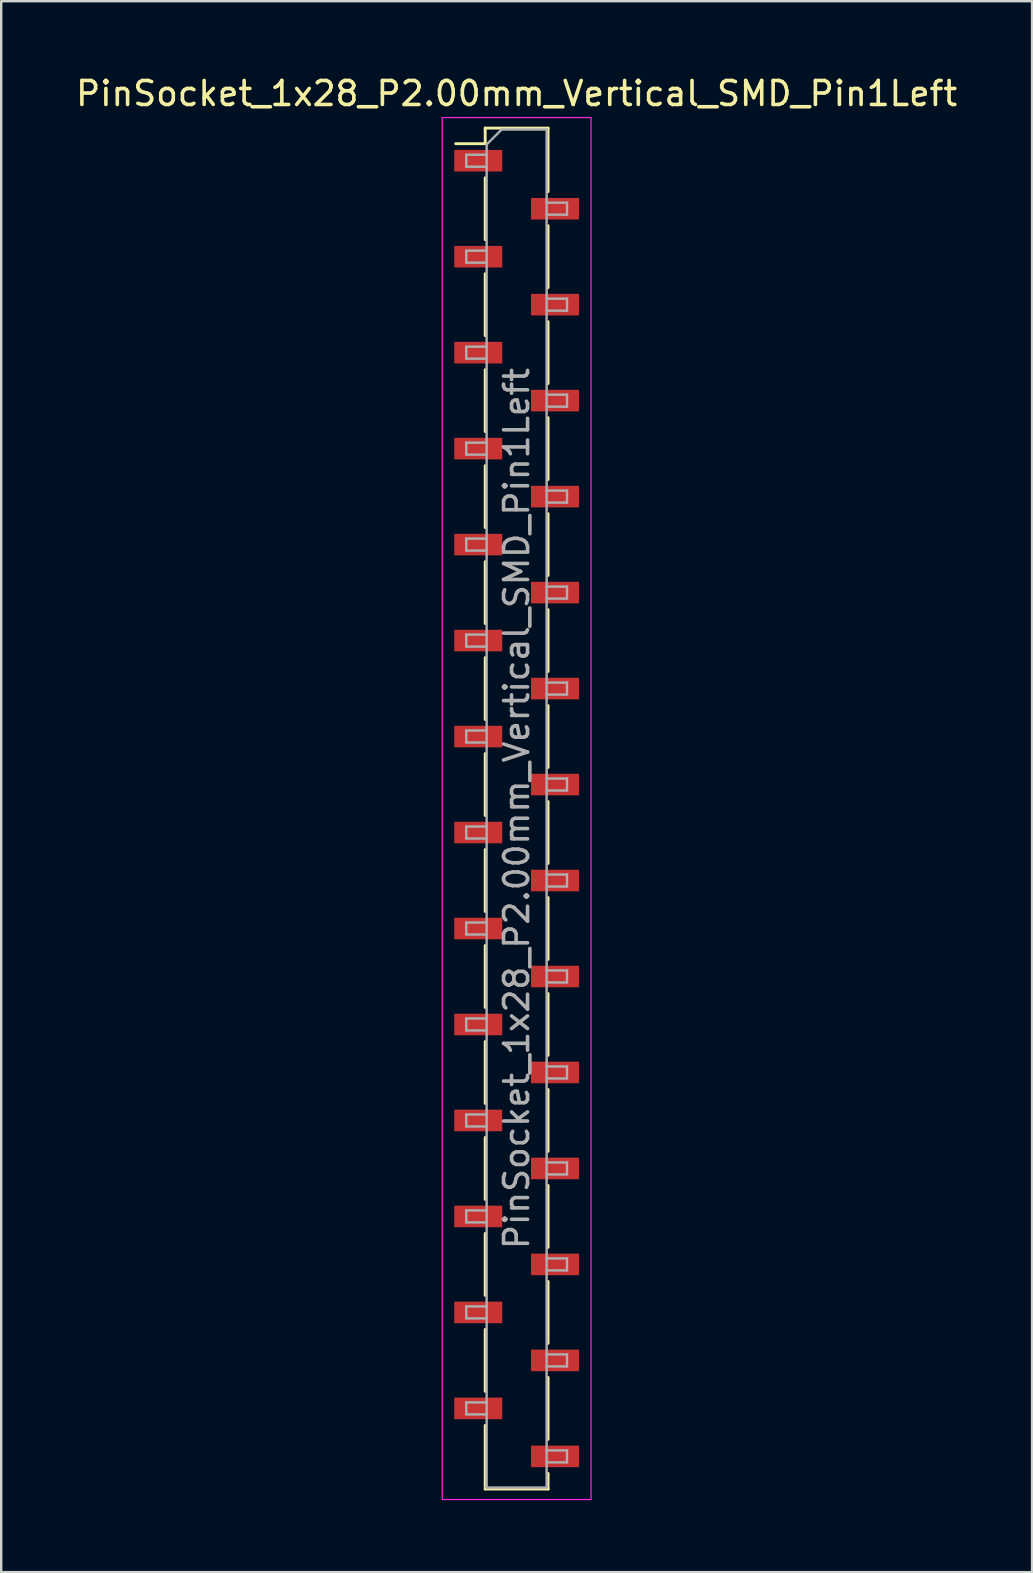
<source format=kicad_pcb>
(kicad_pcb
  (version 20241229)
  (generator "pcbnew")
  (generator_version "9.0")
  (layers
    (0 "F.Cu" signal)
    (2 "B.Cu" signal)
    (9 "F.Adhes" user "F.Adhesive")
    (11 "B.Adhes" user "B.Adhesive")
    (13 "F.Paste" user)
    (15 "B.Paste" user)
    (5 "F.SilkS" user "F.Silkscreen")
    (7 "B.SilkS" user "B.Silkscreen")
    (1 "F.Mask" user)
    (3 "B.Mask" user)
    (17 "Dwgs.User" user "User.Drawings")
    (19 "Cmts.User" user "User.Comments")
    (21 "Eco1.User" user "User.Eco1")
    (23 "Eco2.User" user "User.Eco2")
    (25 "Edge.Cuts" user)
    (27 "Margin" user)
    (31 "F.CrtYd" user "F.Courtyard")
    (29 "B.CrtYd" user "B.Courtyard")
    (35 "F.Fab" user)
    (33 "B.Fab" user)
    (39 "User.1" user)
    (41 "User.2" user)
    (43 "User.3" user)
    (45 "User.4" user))
  (footprint "PinSocket_1x28_P2.00mm_Vertical_SMD_Pin1Left"
    (layer "F.Cu")
    (at 18.482 30.648)
    (property "Reference" "PinSocket_1x28_P2.00mm_Vertical_SMD_Pin1Left" (at 0 -29.8 0) (layer "F.SilkS") (effects (font (size 1 1) (thickness 0.15))))
    (attr smd)
    (fp_line (start -2.54 -27.71) (end -1.31 -27.71) (stroke (width 0.12) (type solid)) (layer "F.SilkS"))
    (fp_line (start -1.31 -28.36) (end -1.31 -27.71) (stroke (width 0.12) (type solid)) (layer "F.SilkS"))
    (fp_line (start -1.31 -28.36) (end 1.31 -28.36) (stroke (width 0.12) (type solid)) (layer "F.SilkS"))
    (fp_line (start -1.31 -26.29) (end -1.31 -23.71) (stroke (width 0.12) (type solid)) (layer "F.SilkS"))
    (fp_line (start -1.31 -22.29) (end -1.31 -19.71) (stroke (width 0.12) (type solid)) (layer "F.SilkS"))
    (fp_line (start -1.31 -18.29) (end -1.31 -15.71) (stroke (width 0.12) (type solid)) (layer "F.SilkS"))
    (fp_line (start -1.31 -14.29) (end -1.31 -11.71) (stroke (width 0.12) (type solid)) (layer "F.SilkS"))
    (fp_line (start -1.31 -10.29) (end -1.31 -7.71) (stroke (width 0.12) (type solid)) (layer "F.SilkS"))
    (fp_line (start -1.31 -6.29) (end -1.31 -3.71) (stroke (width 0.12) (type solid)) (layer "F.SilkS"))
    (fp_line (start -1.31 -2.29) (end -1.31 0.29) (stroke (width 0.12) (type solid)) (layer "F.SilkS"))
    (fp_line (start -1.31 1.71) (end -1.31 4.29) (stroke (width 0.12) (type solid)) (layer "F.SilkS"))
    (fp_line (start -1.31 5.71) (end -1.31 8.29) (stroke (width 0.12) (type solid)) (layer "F.SilkS"))
    (fp_line (start -1.31 9.71) (end -1.31 12.29) (stroke (width 0.12) (type solid)) (layer "F.SilkS"))
    (fp_line (start -1.31 13.71) (end -1.31 16.29) (stroke (width 0.12) (type solid)) (layer "F.SilkS"))
    (fp_line (start -1.31 17.71) (end -1.31 20.29) (stroke (width 0.12) (type solid)) (layer "F.SilkS"))
    (fp_line (start -1.31 21.71) (end -1.31 24.29) (stroke (width 0.12) (type solid)) (layer "F.SilkS"))
    (fp_line (start -1.31 25.71) (end -1.31 28.36) (stroke (width 0.12) (type solid)) (layer "F.SilkS"))
    (fp_line (start -1.31 28.36) (end 1.31 28.36) (stroke (width 0.12) (type solid)) (layer "F.SilkS"))
    (fp_line (start 1.31 -28.36) (end 1.31 -25.71) (stroke (width 0.12) (type solid)) (layer "F.SilkS"))
    (fp_line (start 1.31 -24.29) (end 1.31 -21.71) (stroke (width 0.12) (type solid)) (layer "F.SilkS"))
    (fp_line (start 1.31 -20.29) (end 1.31 -17.71) (stroke (width 0.12) (type solid)) (layer "F.SilkS"))
    (fp_line (start 1.31 -16.29) (end 1.31 -13.71) (stroke (width 0.12) (type solid)) (layer "F.SilkS"))
    (fp_line (start 1.31 -12.29) (end 1.31 -9.71) (stroke (width 0.12) (type solid)) (layer "F.SilkS"))
    (fp_line (start 1.31 -8.29) (end 1.31 -5.71) (stroke (width 0.12) (type solid)) (layer "F.SilkS"))
    (fp_line (start 1.31 -4.29) (end 1.31 -1.71) (stroke (width 0.12) (type solid)) (layer "F.SilkS"))
    (fp_line (start 1.31 -0.29) (end 1.31 2.29) (stroke (width 0.12) (type solid)) (layer "F.SilkS"))
    (fp_line (start 1.31 3.71) (end 1.31 6.29) (stroke (width 0.12) (type solid)) (layer "F.SilkS"))
    (fp_line (start 1.31 7.71) (end 1.31 10.29) (stroke (width 0.12) (type solid)) (layer "F.SilkS"))
    (fp_line (start 1.31 11.71) (end 1.31 14.29) (stroke (width 0.12) (type solid)) (layer "F.SilkS"))
    (fp_line (start 1.31 15.71) (end 1.31 18.29) (stroke (width 0.12) (type solid)) (layer "F.SilkS"))
    (fp_line (start 1.31 19.71) (end 1.31 22.29) (stroke (width 0.12) (type solid)) (layer "F.SilkS"))
    (fp_line (start 1.31 23.71) (end 1.31 26.29) (stroke (width 0.12) (type solid)) (layer "F.SilkS"))
    (fp_line (start 1.31 27.71) (end 1.31 28.36) (stroke (width 0.12) (type solid)) (layer "F.SilkS"))
    (fp_line (start -3.1 -28.8) (end 3.1 -28.8) (stroke (width 0.05) (type solid)) (layer "F.CrtYd"))
    (fp_line (start -3.1 28.8) (end -3.1 -28.8) (stroke (width 0.05) (type solid)) (layer "F.CrtYd"))
    (fp_line (start 3.1 -28.8) (end 3.1 28.8) (stroke (width 0.05) (type solid)) (layer "F.CrtYd"))
    (fp_line (start 3.1 28.8) (end -3.1 28.8) (stroke (width 0.05) (type solid)) (layer "F.CrtYd"))
    (fp_line (start -2.1 -27.25) (end -1.25 -27.25) (stroke (width 0.1) (type solid)) (layer "F.Fab"))
    (fp_line (start -2.1 -26.75) (end -2.1 -27.25) (stroke (width 0.1) (type solid)) (layer "F.Fab"))
    (fp_line (start -2.1 -23.25) (end -1.25 -23.25) (stroke (width 0.1) (type solid)) (layer "F.Fab"))
    (fp_line (start -2.1 -22.75) (end -2.1 -23.25) (stroke (width 0.1) (type solid)) (layer "F.Fab"))
    (fp_line (start -2.1 -19.25) (end -1.25 -19.25) (stroke (width 0.1) (type solid)) (layer "F.Fab"))
    (fp_line (start -2.1 -18.75) (end -2.1 -19.25) (stroke (width 0.1) (type solid)) (layer "F.Fab"))
    (fp_line (start -2.1 -15.25) (end -1.25 -15.25) (stroke (width 0.1) (type solid)) (layer "F.Fab"))
    (fp_line (start -2.1 -14.75) (end -2.1 -15.25) (stroke (width 0.1) (type solid)) (layer "F.Fab"))
    (fp_line (start -2.1 -11.25) (end -1.25 -11.25) (stroke (width 0.1) (type solid)) (layer "F.Fab"))
    (fp_line (start -2.1 -10.75) (end -2.1 -11.25) (stroke (width 0.1) (type solid)) (layer "F.Fab"))
    (fp_line (start -2.1 -7.25) (end -1.25 -7.25) (stroke (width 0.1) (type solid)) (layer "F.Fab"))
    (fp_line (start -2.1 -6.75) (end -2.1 -7.25) (stroke (width 0.1) (type solid)) (layer "F.Fab"))
    (fp_line (start -2.1 -3.25) (end -1.25 -3.25) (stroke (width 0.1) (type solid)) (layer "F.Fab"))
    (fp_line (start -2.1 -2.75) (end -2.1 -3.25) (stroke (width 0.1) (type solid)) (layer "F.Fab"))
    (fp_line (start -2.1 0.75) (end -1.25 0.75) (stroke (width 0.1) (type solid)) (layer "F.Fab"))
    (fp_line (start -2.1 1.25) (end -2.1 0.75) (stroke (width 0.1) (type solid)) (layer "F.Fab"))
    (fp_line (start -2.1 4.75) (end -1.25 4.75) (stroke (width 0.1) (type solid)) (layer "F.Fab"))
    (fp_line (start -2.1 5.25) (end -2.1 4.75) (stroke (width 0.1) (type solid)) (layer "F.Fab"))
    (fp_line (start -2.1 8.75) (end -1.25 8.75) (stroke (width 0.1) (type solid)) (layer "F.Fab"))
    (fp_line (start -2.1 9.25) (end -2.1 8.75) (stroke (width 0.1) (type solid)) (layer "F.Fab"))
    (fp_line (start -2.1 12.75) (end -1.25 12.75) (stroke (width 0.1) (type solid)) (layer "F.Fab"))
    (fp_line (start -2.1 13.25) (end -2.1 12.75) (stroke (width 0.1) (type solid)) (layer "F.Fab"))
    (fp_line (start -2.1 16.75) (end -1.25 16.75) (stroke (width 0.1) (type solid)) (layer "F.Fab"))
    (fp_line (start -2.1 17.25) (end -2.1 16.75) (stroke (width 0.1) (type solid)) (layer "F.Fab"))
    (fp_line (start -2.1 20.75) (end -1.25 20.75) (stroke (width 0.1) (type solid)) (layer "F.Fab"))
    (fp_line (start -2.1 21.25) (end -2.1 20.75) (stroke (width 0.1) (type solid)) (layer "F.Fab"))
    (fp_line (start -2.1 24.75) (end -1.25 24.75) (stroke (width 0.1) (type solid)) (layer "F.Fab"))
    (fp_line (start -2.1 25.25) (end -2.1 24.75) (stroke (width 0.1) (type solid)) (layer "F.Fab"))
    (fp_line (start -1.25 -27.675) (end -0.625 -28.3) (stroke (width 0.1) (type solid)) (layer "F.Fab"))
    (fp_line (start -1.25 -26.75) (end -2.1 -26.75) (stroke (width 0.1) (type solid)) (layer "F.Fab"))
    (fp_line (start -1.25 -22.75) (end -2.1 -22.75) (stroke (width 0.1) (type solid)) (layer "F.Fab"))
    (fp_line (start -1.25 -18.75) (end -2.1 -18.75) (stroke (width 0.1) (type solid)) (layer "F.Fab"))
    (fp_line (start -1.25 -14.75) (end -2.1 -14.75) (stroke (width 0.1) (type solid)) (layer "F.Fab"))
    (fp_line (start -1.25 -10.75) (end -2.1 -10.75) (stroke (width 0.1) (type solid)) (layer "F.Fab"))
    (fp_line (start -1.25 -6.75) (end -2.1 -6.75) (stroke (width 0.1) (type solid)) (layer "F.Fab"))
    (fp_line (start -1.25 -2.75) (end -2.1 -2.75) (stroke (width 0.1) (type solid)) (layer "F.Fab"))
    (fp_line (start -1.25 1.25) (end -2.1 1.25) (stroke (width 0.1) (type solid)) (layer "F.Fab"))
    (fp_line (start -1.25 5.25) (end -2.1 5.25) (stroke (width 0.1) (type solid)) (layer "F.Fab"))
    (fp_line (start -1.25 9.25) (end -2.1 9.25) (stroke (width 0.1) (type solid)) (layer "F.Fab"))
    (fp_line (start -1.25 13.25) (end -2.1 13.25) (stroke (width 0.1) (type solid)) (layer "F.Fab"))
    (fp_line (start -1.25 17.25) (end -2.1 17.25) (stroke (width 0.1) (type solid)) (layer "F.Fab"))
    (fp_line (start -1.25 21.25) (end -2.1 21.25) (stroke (width 0.1) (type solid)) (layer "F.Fab"))
    (fp_line (start -1.25 25.25) (end -2.1 25.25) (stroke (width 0.1) (type solid)) (layer "F.Fab"))
    (fp_line (start -1.25 28.3) (end -1.25 -27.675) (stroke (width 0.1) (type solid)) (layer "F.Fab"))
    (fp_line (start -0.625 -28.3) (end 1.25 -28.3) (stroke (width 0.1) (type solid)) (layer "F.Fab"))
    (fp_line (start 1.25 -28.3) (end 1.25 28.3) (stroke (width 0.1) (type solid)) (layer "F.Fab"))
    (fp_line (start 1.25 -25.25) (end 2.1 -25.25) (stroke (width 0.1) (type solid)) (layer "F.Fab"))
    (fp_line (start 1.25 -21.25) (end 2.1 -21.25) (stroke (width 0.1) (type solid)) (layer "F.Fab"))
    (fp_line (start 1.25 -17.25) (end 2.1 -17.25) (stroke (width 0.1) (type solid)) (layer "F.Fab"))
    (fp_line (start 1.25 -13.25) (end 2.1 -13.25) (stroke (width 0.1) (type solid)) (layer "F.Fab"))
    (fp_line (start 1.25 -9.25) (end 2.1 -9.25) (stroke (width 0.1) (type solid)) (layer "F.Fab"))
    (fp_line (start 1.25 -5.25) (end 2.1 -5.25) (stroke (width 0.1) (type solid)) (layer "F.Fab"))
    (fp_line (start 1.25 -1.25) (end 2.1 -1.25) (stroke (width 0.1) (type solid)) (layer "F.Fab"))
    (fp_line (start 1.25 2.75) (end 2.1 2.75) (stroke (width 0.1) (type solid)) (layer "F.Fab"))
    (fp_line (start 1.25 6.75) (end 2.1 6.75) (stroke (width 0.1) (type solid)) (layer "F.Fab"))
    (fp_line (start 1.25 10.75) (end 2.1 10.75) (stroke (width 0.1) (type solid)) (layer "F.Fab"))
    (fp_line (start 1.25 14.75) (end 2.1 14.75) (stroke (width 0.1) (type solid)) (layer "F.Fab"))
    (fp_line (start 1.25 18.75) (end 2.1 18.75) (stroke (width 0.1) (type solid)) (layer "F.Fab"))
    (fp_line (start 1.25 22.75) (end 2.1 22.75) (stroke (width 0.1) (type solid)) (layer "F.Fab"))
    (fp_line (start 1.25 26.75) (end 2.1 26.75) (stroke (width 0.1) (type solid)) (layer "F.Fab"))
    (fp_line (start 1.25 28.3) (end -1.25 28.3) (stroke (width 0.1) (type solid)) (layer "F.Fab"))
    (fp_line (start 2.1 -25.25) (end 2.1 -24.75) (stroke (width 0.1) (type solid)) (layer "F.Fab"))
    (fp_line (start 2.1 -24.75) (end 1.25 -24.75) (stroke (width 0.1) (type solid)) (layer "F.Fab"))
    (fp_line (start 2.1 -21.25) (end 2.1 -20.75) (stroke (width 0.1) (type solid)) (layer "F.Fab"))
    (fp_line (start 2.1 -20.75) (end 1.25 -20.75) (stroke (width 0.1) (type solid)) (layer "F.Fab"))
    (fp_line (start 2.1 -17.25) (end 2.1 -16.75) (stroke (width 0.1) (type solid)) (layer "F.Fab"))
    (fp_line (start 2.1 -16.75) (end 1.25 -16.75) (stroke (width 0.1) (type solid)) (layer "F.Fab"))
    (fp_line (start 2.1 -13.25) (end 2.1 -12.75) (stroke (width 0.1) (type solid)) (layer "F.Fab"))
    (fp_line (start 2.1 -12.75) (end 1.25 -12.75) (stroke (width 0.1) (type solid)) (layer "F.Fab"))
    (fp_line (start 2.1 -9.25) (end 2.1 -8.75) (stroke (width 0.1) (type solid)) (layer "F.Fab"))
    (fp_line (start 2.1 -8.75) (end 1.25 -8.75) (stroke (width 0.1) (type solid)) (layer "F.Fab"))
    (fp_line (start 2.1 -5.25) (end 2.1 -4.75) (stroke (width 0.1) (type solid)) (layer "F.Fab"))
    (fp_line (start 2.1 -4.75) (end 1.25 -4.75) (stroke (width 0.1) (type solid)) (layer "F.Fab"))
    (fp_line (start 2.1 -1.25) (end 2.1 -0.75) (stroke (width 0.1) (type solid)) (layer "F.Fab"))
    (fp_line (start 2.1 -0.75) (end 1.25 -0.75) (stroke (width 0.1) (type solid)) (layer "F.Fab"))
    (fp_line (start 2.1 2.75) (end 2.1 3.25) (stroke (width 0.1) (type solid)) (layer "F.Fab"))
    (fp_line (start 2.1 3.25) (end 1.25 3.25) (stroke (width 0.1) (type solid)) (layer "F.Fab"))
    (fp_line (start 2.1 6.75) (end 2.1 7.25) (stroke (width 0.1) (type solid)) (layer "F.Fab"))
    (fp_line (start 2.1 7.25) (end 1.25 7.25) (stroke (width 0.1) (type solid)) (layer "F.Fab"))
    (fp_line (start 2.1 10.75) (end 2.1 11.25) (stroke (width 0.1) (type solid)) (layer "F.Fab"))
    (fp_line (start 2.1 11.25) (end 1.25 11.25) (stroke (width 0.1) (type solid)) (layer "F.Fab"))
    (fp_line (start 2.1 14.75) (end 2.1 15.25) (stroke (width 0.1) (type solid)) (layer "F.Fab"))
    (fp_line (start 2.1 15.25) (end 1.25 15.25) (stroke (width 0.1) (type solid)) (layer "F.Fab"))
    (fp_line (start 2.1 18.75) (end 2.1 19.25) (stroke (width 0.1) (type solid)) (layer "F.Fab"))
    (fp_line (start 2.1 19.25) (end 1.25 19.25) (stroke (width 0.1) (type solid)) (layer "F.Fab"))
    (fp_line (start 2.1 22.75) (end 2.1 23.25) (stroke (width 0.1) (type solid)) (layer "F.Fab"))
    (fp_line (start 2.1 23.25) (end 1.25 23.25) (stroke (width 0.1) (type solid)) (layer "F.Fab"))
    (fp_line (start 2.1 26.75) (end 2.1 27.25) (stroke (width 0.1) (type solid)) (layer "F.Fab"))
    (fp_line (start 2.1 27.25) (end 1.25 27.25) (stroke (width 0.1) (type solid)) (layer "F.Fab"))
    (fp_text user "${REFERENCE}" (at 0 0 90) (layer "F.Fab") (effects (font (size 1 1) (thickness 0.15))))
    (pad "1" smd rect (at -1.6 -27) (size 2 0.9) (layers "F.Cu" "F.Mask" "F.Paste"))
    (pad "2" smd rect (at 1.6 -25) (size 2 0.9) (layers "F.Cu" "F.Mask" "F.Paste"))
    (pad "3" smd rect (at -1.6 -23) (size 2 0.9) (layers "F.Cu" "F.Mask" "F.Paste"))
    (pad "4" smd rect (at 1.6 -21) (size 2 0.9) (layers "F.Cu" "F.Mask" "F.Paste"))
    (pad "5" smd rect (at -1.6 -19) (size 2 0.9) (layers "F.Cu" "F.Mask" "F.Paste"))
    (pad "6" smd rect (at 1.6 -17) (size 2 0.9) (layers "F.Cu" "F.Mask" "F.Paste"))
    (pad "7" smd rect (at -1.6 -15) (size 2 0.9) (layers "F.Cu" "F.Mask" "F.Paste"))
    (pad "8" smd rect (at 1.6 -13) (size 2 0.9) (layers "F.Cu" "F.Mask" "F.Paste"))
    (pad "9" smd rect (at -1.6 -11) (size 2 0.9) (layers "F.Cu" "F.Mask" "F.Paste"))
    (pad "10" smd rect (at 1.6 -9) (size 2 0.9) (layers "F.Cu" "F.Mask" "F.Paste"))
    (pad "11" smd rect (at -1.6 -7) (size 2 0.9) (layers "F.Cu" "F.Mask" "F.Paste"))
    (pad "12" smd rect (at 1.6 -5) (size 2 0.9) (layers "F.Cu" "F.Mask" "F.Paste"))
    (pad "13" smd rect (at -1.6 -3) (size 2 0.9) (layers "F.Cu" "F.Mask" "F.Paste"))
    (pad "14" smd rect (at 1.6 -1) (size 2 0.9) (layers "F.Cu" "F.Mask" "F.Paste"))
    (pad "15" smd rect (at -1.6 1) (size 2 0.9) (layers "F.Cu" "F.Mask" "F.Paste"))
    (pad "16" smd rect (at 1.6 3) (size 2 0.9) (layers "F.Cu" "F.Mask" "F.Paste"))
    (pad "17" smd rect (at -1.6 5) (size 2 0.9) (layers "F.Cu" "F.Mask" "F.Paste"))
    (pad "18" smd rect (at 1.6 7) (size 2 0.9) (layers "F.Cu" "F.Mask" "F.Paste"))
    (pad "19" smd rect (at -1.6 9) (size 2 0.9) (layers "F.Cu" "F.Mask" "F.Paste"))
    (pad "20" smd rect (at 1.6 11) (size 2 0.9) (layers "F.Cu" "F.Mask" "F.Paste"))
    (pad "21" smd rect (at -1.6 13) (size 2 0.9) (layers "F.Cu" "F.Mask" "F.Paste"))
    (pad "22" smd rect (at 1.6 15) (size 2 0.9) (layers "F.Cu" "F.Mask" "F.Paste"))
    (pad "23" smd rect (at -1.6 17) (size 2 0.9) (layers "F.Cu" "F.Mask" "F.Paste"))
    (pad "24" smd rect (at 1.6 19) (size 2 0.9) (layers "F.Cu" "F.Mask" "F.Paste"))
    (pad "25" smd rect (at -1.6 21) (size 2 0.9) (layers "F.Cu" "F.Mask" "F.Paste"))
    (pad "26" smd rect (at 1.6 23) (size 2 0.9) (layers "F.Cu" "F.Mask" "F.Paste"))
    (pad "27" smd rect (at -1.6 25) (size 2 0.9) (layers "F.Cu" "F.Mask" "F.Paste"))
    (pad "28" smd rect (at 1.6 27) (size 2 0.9) (layers "F.Cu" "F.Mask" "F.Paste")))
  (gr_rect
    (start -3 -3)
    (end 39.964 62.473)
    (stroke (width 0.1) (type default))
    (fill no)
    (layer "Edge.Cuts")))
</source>
